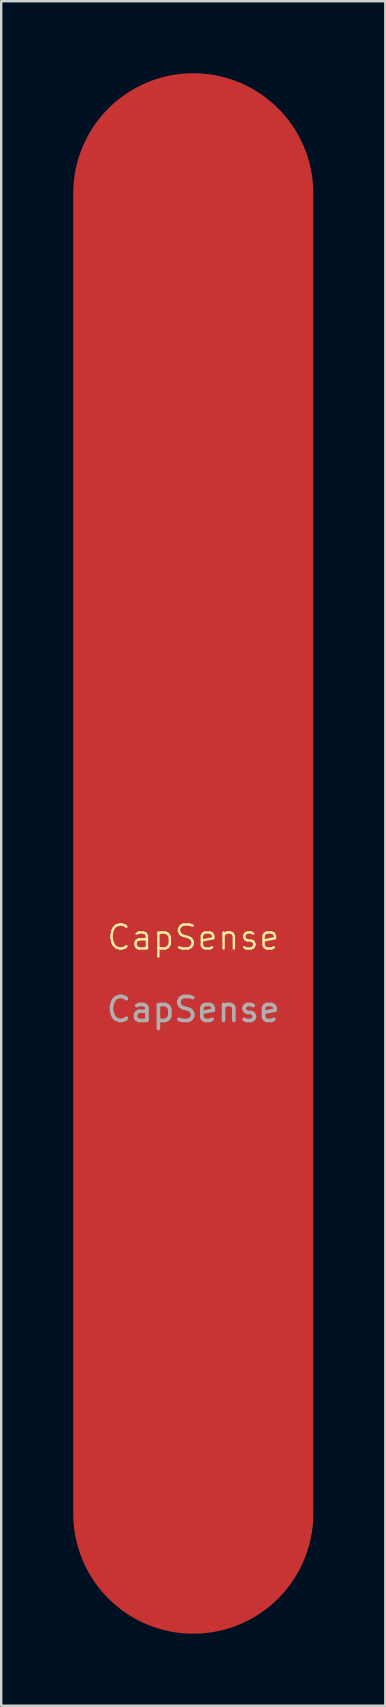
<source format=kicad_pcb>
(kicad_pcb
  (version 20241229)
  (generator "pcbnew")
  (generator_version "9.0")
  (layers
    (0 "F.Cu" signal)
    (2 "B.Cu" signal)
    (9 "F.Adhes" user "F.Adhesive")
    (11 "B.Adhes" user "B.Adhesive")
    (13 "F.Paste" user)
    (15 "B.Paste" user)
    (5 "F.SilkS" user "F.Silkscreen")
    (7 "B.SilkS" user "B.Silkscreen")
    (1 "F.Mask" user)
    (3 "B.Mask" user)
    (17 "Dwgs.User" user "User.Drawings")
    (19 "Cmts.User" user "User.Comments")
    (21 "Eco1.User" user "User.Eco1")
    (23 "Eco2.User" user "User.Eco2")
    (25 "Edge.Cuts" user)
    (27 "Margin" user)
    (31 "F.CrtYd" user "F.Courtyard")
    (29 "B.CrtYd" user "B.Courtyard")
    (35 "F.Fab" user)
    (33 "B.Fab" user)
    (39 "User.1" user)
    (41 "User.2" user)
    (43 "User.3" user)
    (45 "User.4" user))
  (footprint "CapSense"
    (layer "F.Cu")
    (at 5 36.5)
    (property "Reference" "CapSense" (at 0 -0.5 0) (unlocked yes) (layer "F.SilkS") (effects (font (size 1 1) (thickness 0.1))))
    (attr smd)
    (fp_text user "${REFERENCE}" (at 0 2.5 0) (unlocked yes) (layer "F.Fab") (effects (font (size 1 1) (thickness 0.15))))
    (pad "1" smd oval (at 0 -4) (size 10 65) (layers "F.Cu")))
  (gr_rect
    (start -3 -3)
    (end 13 68)
    (stroke (width 0.1) (type default))
    (fill no)
    (layer "Edge.Cuts")))
</source>
